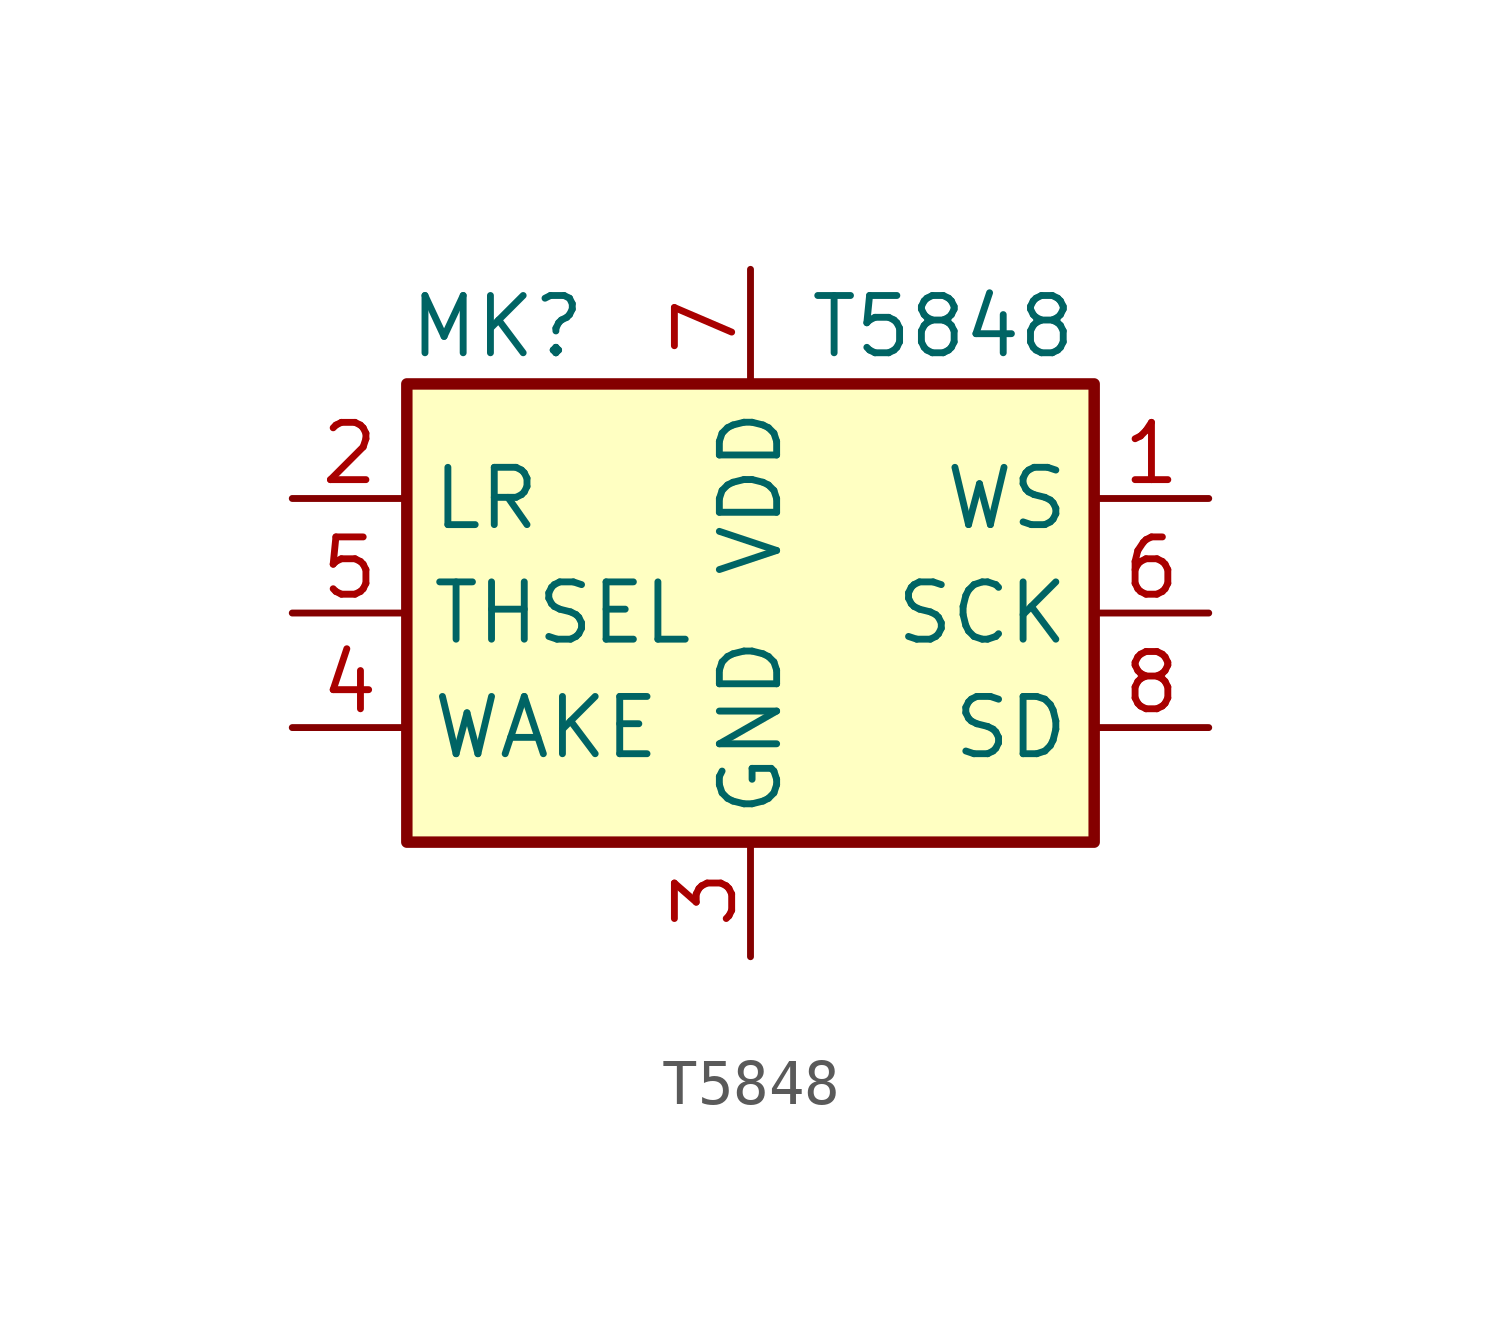
<source format=kicad_sym>
(kicad_symbol_lib
  (version 20241209)
  (generator "kicad_symbol_editor")
  (generator_version "9.0")
  (symbol "T5848"
    (property "Reference" "MK"
      (at -7.62 6.35 0)
      (effects (font (size 1.27 1.27)) (justify left)))
    (property "Value" "T5848"
      (at 1.27 6.35 0)
      (effects (font (size 1.27 1.27)) (justify left)))
    (symbol "T5848_1_0"
      (pin power_in line (at 0 7.62 270) (length 2.54) (name "VDD" (effects (font (size 1.27 1.27)))) (number "7" (effects (font (size 1.27 1.27)))))
      (pin output line (at 10.16 -2.54 180) (length 2.54) (name "SD" (effects (font (size 1.27 1.27)))) (number "8" (effects (font (size 1.27 1.27))))))
    (symbol "T5848_1_1"
      (rectangle (start -7.62 5.08) (end 7.62 -5.08) (stroke (width 0.254) (type default)) (fill (type background)))
      (pin input line (at -10.16 2.54 0) (length 2.54) (name "LR" (effects (font (size 1.27 1.27)))) (number "2" (effects (font (size 1.27 1.27)))))
      (pin input line (at -10.16 0 0) (length 2.54) (name "THSEL" (effects (font (size 1.27 1.27)))) (number "5" (effects (font (size 1.27 1.27)))))
      (pin output line (at -10.16 -2.54 0) (length 2.54) (name "WAKE" (effects (font (size 1.27 1.27)))) (number "4" (effects (font (size 1.27 1.27)))))
      (pin power_in line (at 0 -7.62 90) (length 2.54) (name "GND" (effects (font (size 1.27 1.27)))) (number "3" (effects (font (size 1.27 1.27)))))
      (pin input line (at 10.16 2.54 180) (length 2.54) (name "WS" (effects (font (size 1.27 1.27)))) (number "1" (effects (font (size 1.27 1.27)))))
      (pin input line (at 10.16 0 180) (length 2.54) (name "SCK" (effects (font (size 1.27 1.27)))) (number "6" (effects (font (size 1.27 1.27))))))))
</source>
